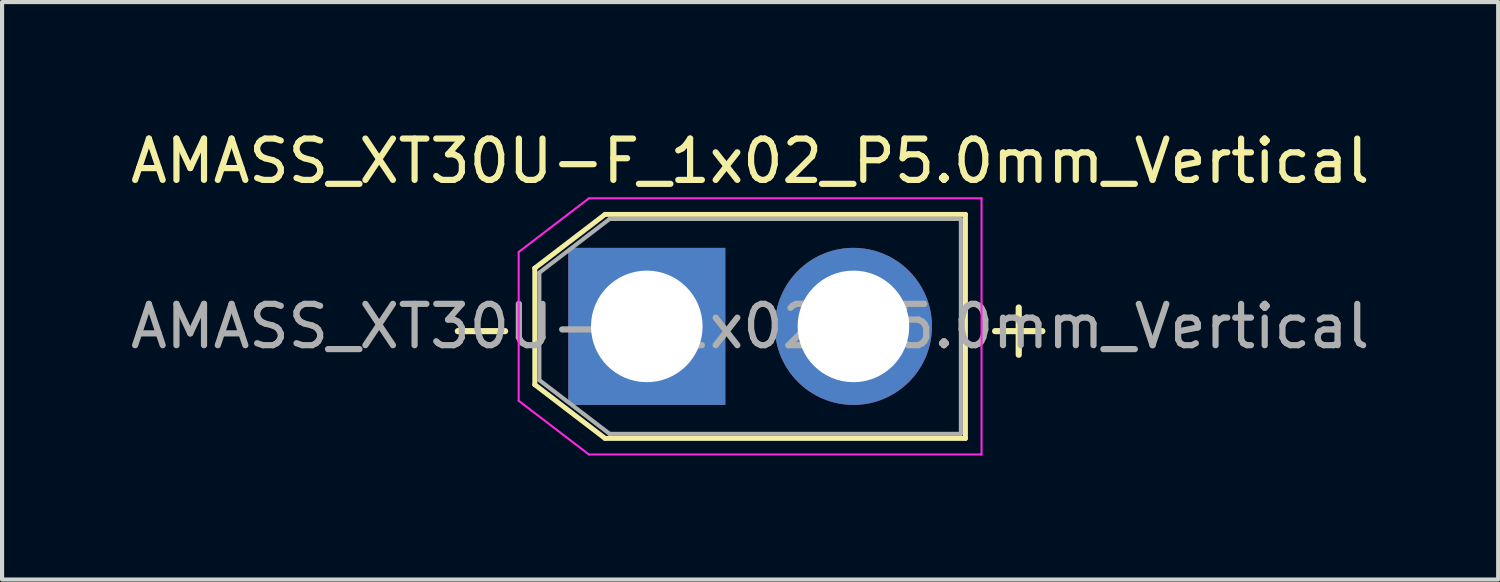
<source format=kicad_pcb>
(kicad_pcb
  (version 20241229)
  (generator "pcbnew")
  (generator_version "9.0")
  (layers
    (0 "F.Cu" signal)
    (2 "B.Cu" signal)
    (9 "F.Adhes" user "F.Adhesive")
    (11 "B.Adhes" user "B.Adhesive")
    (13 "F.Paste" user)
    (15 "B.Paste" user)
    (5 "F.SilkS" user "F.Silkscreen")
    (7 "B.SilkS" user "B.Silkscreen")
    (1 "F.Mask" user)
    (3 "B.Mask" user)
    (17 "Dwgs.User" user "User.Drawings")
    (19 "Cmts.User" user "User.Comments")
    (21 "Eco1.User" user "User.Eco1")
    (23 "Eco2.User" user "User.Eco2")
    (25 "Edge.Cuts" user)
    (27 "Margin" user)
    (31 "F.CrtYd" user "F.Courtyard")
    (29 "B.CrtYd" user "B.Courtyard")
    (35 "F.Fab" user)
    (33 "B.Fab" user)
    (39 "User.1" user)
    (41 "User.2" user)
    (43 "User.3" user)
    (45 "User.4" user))
  (footprint "AMASS_XT30U-F_1x02_P5.0mm_Vertical"
    (layer "F.Cu")
    (at 12.601 4.848)
    (property "Reference" "AMASS_XT30U-F_1x02_P5.0mm_Vertical" (at 2.5 -4 0) (layer "F.SilkS") (effects (font (size 1 1) (thickness 0.15))))
    (attr through_hole)
    (fp_line (start -2.71 -1.41) (end -2.71 1.41) (stroke (width 0.12) (type solid)) (layer "F.SilkS"))
    (fp_line (start -2.71 -1.41) (end -1.01 -2.71) (stroke (width 0.12) (type solid)) (layer "F.SilkS"))
    (fp_line (start -2.71 1.41) (end -1.01 2.71) (stroke (width 0.12) (type solid)) (layer "F.SilkS"))
    (fp_line (start -1.01 -2.71) (end 7.71 -2.71) (stroke (width 0.12) (type solid)) (layer "F.SilkS"))
    (fp_line (start -1.01 2.71) (end 7.71 2.71) (stroke (width 0.12) (type solid)) (layer "F.SilkS"))
    (fp_line (start 7.71 -2.71) (end 7.71 2.71) (stroke (width 0.12) (type solid)) (layer "F.SilkS"))
    (fp_line (start -3.1 -1.8) (end -3.1 1.8) (stroke (width 0.05) (type solid)) (layer "F.CrtYd"))
    (fp_line (start -3.1 -1.8) (end -1.4 -3.1) (stroke (width 0.05) (type solid)) (layer "F.CrtYd"))
    (fp_line (start -3.1 1.8) (end -1.4 3.1) (stroke (width 0.05) (type solid)) (layer "F.CrtYd"))
    (fp_line (start -1.4 -3.1) (end 8.1 -3.1) (stroke (width 0.05) (type solid)) (layer "F.CrtYd"))
    (fp_line (start -1.4 3.1) (end 8.1 3.1) (stroke (width 0.05) (type solid)) (layer "F.CrtYd"))
    (fp_line (start 8.1 -3.1) (end 8.1 3.1) (stroke (width 0.05) (type solid)) (layer "F.CrtYd"))
    (fp_line (start -2.6 -1.3) (end -2.6 1.3) (stroke (width 0.1) (type solid)) (layer "F.Fab"))
    (fp_line (start -2.6 -1.3) (end -0.9 -2.6) (stroke (width 0.1) (type solid)) (layer "F.Fab"))
    (fp_line (start -2.6 1.3) (end -0.9 2.6) (stroke (width 0.1) (type solid)) (layer "F.Fab"))
    (fp_line (start -0.9 -2.6) (end 7.6 -2.6) (stroke (width 0.1) (type solid)) (layer "F.Fab"))
    (fp_line (start -0.9 2.6) (end 7.6 2.6) (stroke (width 0.1) (type solid)) (layer "F.Fab"))
    (fp_line (start 7.6 -2.6) (end 7.6 2.6) (stroke (width 0.1) (type solid)) (layer "F.Fab"))
    (fp_text user "+" (at 9 0 0) (layer "F.SilkS") (effects (font (size 1.5 1.5) (thickness 0.15))))
    (fp_text user "-" (at -4 0 0) (layer "F.SilkS") (effects (font (size 1.5 1.5) (thickness 0.15))))
    (fp_text user "${REFERENCE}" (at 2.5 0 0) (layer "F.Fab") (effects (font (size 1 1) (thickness 0.15))))
    (pad "1" thru_hole rect (at 0 0) (size 3.8 3.8) (drill 2.7) (layers "*.Cu" "*.Mask"))
    (pad "2" thru_hole circle (at 5 0) (size 3.8 3.8) (drill 2.7) (layers "*.Cu" "*.Mask")))
  (gr_rect
    (start -3 -3)
    (end 33.202 10.973)
    (stroke (width 0.1) (type default))
    (fill no)
    (layer "Edge.Cuts")))
</source>
